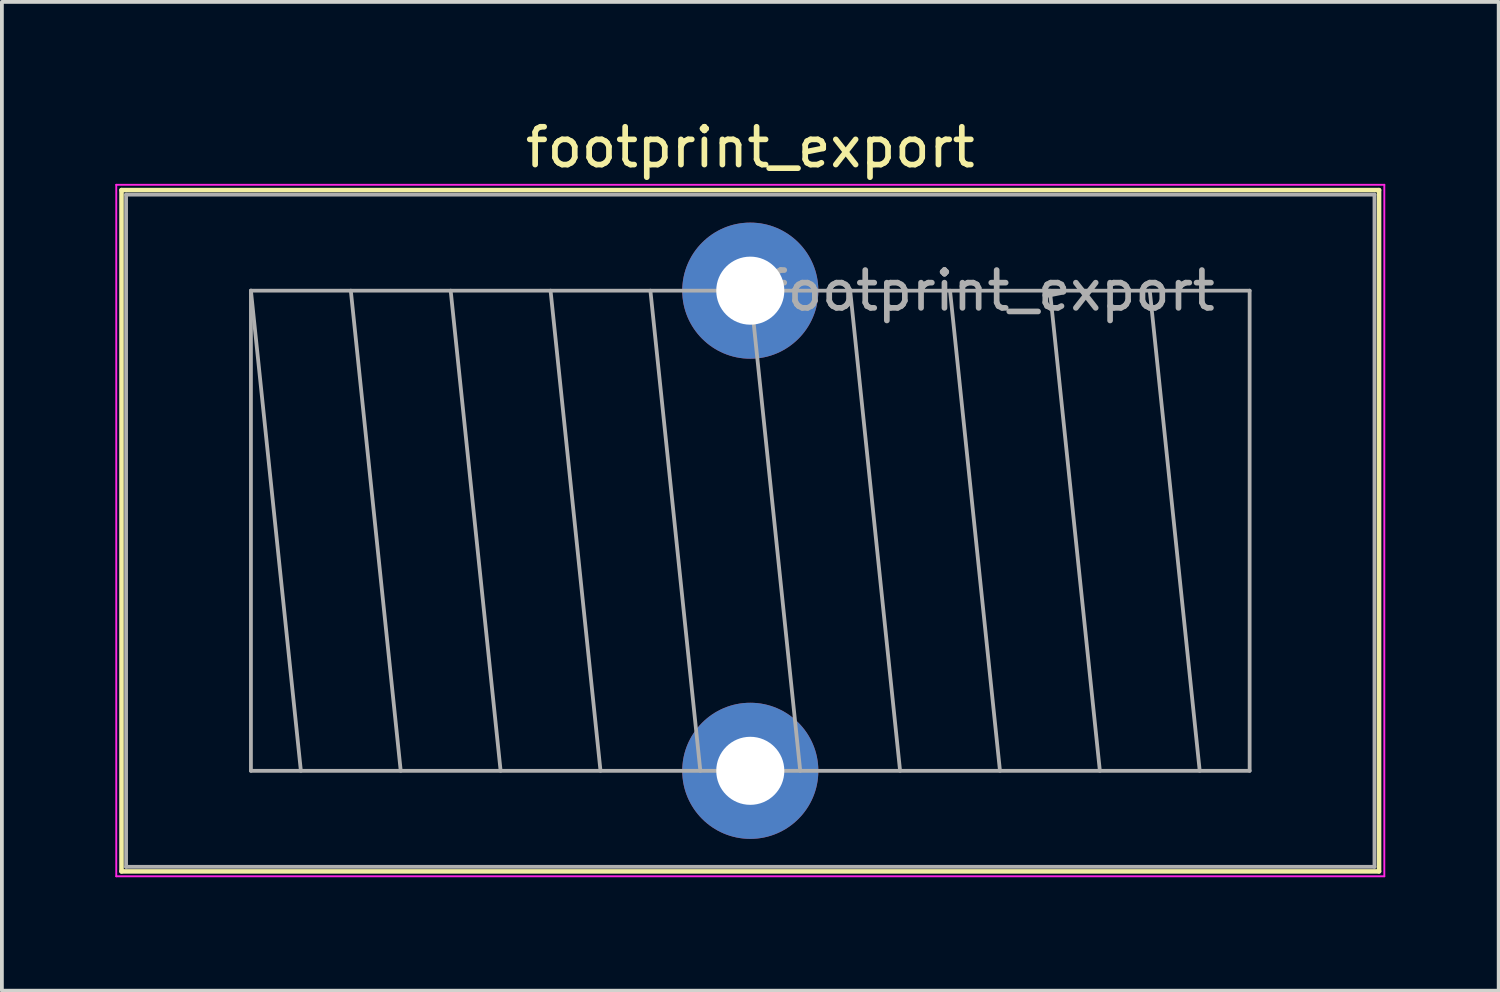
<source format=kicad_pcb>
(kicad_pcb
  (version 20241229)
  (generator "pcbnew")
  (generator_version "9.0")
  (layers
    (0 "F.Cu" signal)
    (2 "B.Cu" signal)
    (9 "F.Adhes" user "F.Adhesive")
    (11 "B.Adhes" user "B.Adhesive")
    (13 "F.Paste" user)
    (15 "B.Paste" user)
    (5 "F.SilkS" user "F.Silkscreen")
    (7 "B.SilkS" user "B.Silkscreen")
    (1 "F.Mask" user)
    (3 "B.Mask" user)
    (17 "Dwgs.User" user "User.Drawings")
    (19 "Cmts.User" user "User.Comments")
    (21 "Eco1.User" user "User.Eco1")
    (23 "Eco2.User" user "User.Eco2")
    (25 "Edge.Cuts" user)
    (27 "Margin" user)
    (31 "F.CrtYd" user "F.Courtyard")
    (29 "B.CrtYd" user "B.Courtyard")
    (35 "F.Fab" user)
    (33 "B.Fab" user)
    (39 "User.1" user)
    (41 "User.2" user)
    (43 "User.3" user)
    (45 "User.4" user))
  (footprint "footprint_export"
    (layer "F.Cu")
    (at 16.795 4.638)
    (property "Reference" "footprint_export" (at 0 -3.79 0) (layer "F.SilkS") (effects (font (size 1 1) (thickness 0.15))))
    (attr through_hole)
    (fp_line (start -16.631 -2.66) (end -16.631 15.36) (stroke (width 0.12) (type solid)) (layer "F.SilkS"))
    (fp_line (start -16.631 -2.66) (end 16.631 -2.66) (stroke (width 0.12) (type solid)) (layer "F.SilkS"))
    (fp_line (start -16.631 15.36) (end 16.631 15.36) (stroke (width 0.12) (type solid)) (layer "F.SilkS"))
    (fp_line (start 16.631 -2.66) (end 16.631 15.36) (stroke (width 0.12) (type solid)) (layer "F.SilkS"))
    (fp_line (start -16.77 -2.8) (end -16.77 15.49) (stroke (width 0.05) (type solid)) (layer "F.CrtYd"))
    (fp_line (start -16.77 15.49) (end 16.77 15.49) (stroke (width 0.05) (type solid)) (layer "F.CrtYd"))
    (fp_line (start 16.77 -2.8) (end -16.77 -2.8) (stroke (width 0.05) (type solid)) (layer "F.CrtYd"))
    (fp_line (start 16.77 15.49) (end 16.77 -2.8) (stroke (width 0.05) (type solid)) (layer "F.CrtYd"))
    (fp_line (start -16.51 -2.54) (end -16.51 15.24) (stroke (width 0.1) (type solid)) (layer "F.Fab"))
    (fp_line (start -16.51 15.24) (end 16.51 15.24) (stroke (width 0.1) (type solid)) (layer "F.Fab"))
    (fp_line (start -13.208 0) (end -13.208 12.7) (stroke (width 0.1) (type solid)) (layer "F.Fab"))
    (fp_line (start -13.208 0) (end -11.887 12.7) (stroke (width 0.1) (type solid)) (layer "F.Fab"))
    (fp_line (start -13.208 12.7) (end 13.208 12.7) (stroke (width 0.1) (type solid)) (layer "F.Fab"))
    (fp_line (start -10.566 0) (end -9.246 12.7) (stroke (width 0.1) (type solid)) (layer "F.Fab"))
    (fp_line (start -7.925 0) (end -6.604 12.7) (stroke (width 0.1) (type solid)) (layer "F.Fab"))
    (fp_line (start -5.283 0) (end -3.962 12.7) (stroke (width 0.1) (type solid)) (layer "F.Fab"))
    (fp_line (start -2.642 0) (end -1.321 12.7) (stroke (width 0.1) (type solid)) (layer "F.Fab"))
    (fp_line (start 0 0) (end 1.321 12.7) (stroke (width 0.1) (type solid)) (layer "F.Fab"))
    (fp_line (start 2.642 0) (end 3.962 12.7) (stroke (width 0.1) (type solid)) (layer "F.Fab"))
    (fp_line (start 5.283 0) (end 6.604 12.7) (stroke (width 0.1) (type solid)) (layer "F.Fab"))
    (fp_line (start 7.925 0) (end 9.246 12.7) (stroke (width 0.1) (type solid)) (layer "F.Fab"))
    (fp_line (start 10.566 0) (end 11.887 12.7) (stroke (width 0.1) (type solid)) (layer "F.Fab"))
    (fp_line (start 13.208 0) (end -13.208 0) (stroke (width 0.1) (type solid)) (layer "F.Fab"))
    (fp_line (start 13.208 12.7) (end 13.208 0) (stroke (width 0.1) (type solid)) (layer "F.Fab"))
    (fp_line (start 16.51 -2.54) (end -16.51 -2.54) (stroke (width 0.1) (type solid)) (layer "F.Fab"))
    (fp_line (start 16.51 15.24) (end 16.51 -2.54) (stroke (width 0.1) (type solid)) (layer "F.Fab"))
    (fp_text user "${REFERENCE}" (at 6.35 0 0) (layer "F.Fab") (effects (font (size 1 1) (thickness 0.15))))
    (pad "1" thru_hole circle (at 0 0) (size 3.6 3.6) (drill 1.8) (layers "*.Cu" "*.Mask"))
    (pad "2" thru_hole circle (at 0 12.7) (size 3.6 3.6) (drill 1.8) (layers "*.Cu" "*.Mask")))
  (gr_rect
    (start -3 -3)
    (end 36.59 23.153)
    (stroke (width 0.1) (type default))
    (fill no)
    (layer "Edge.Cuts")))
</source>
